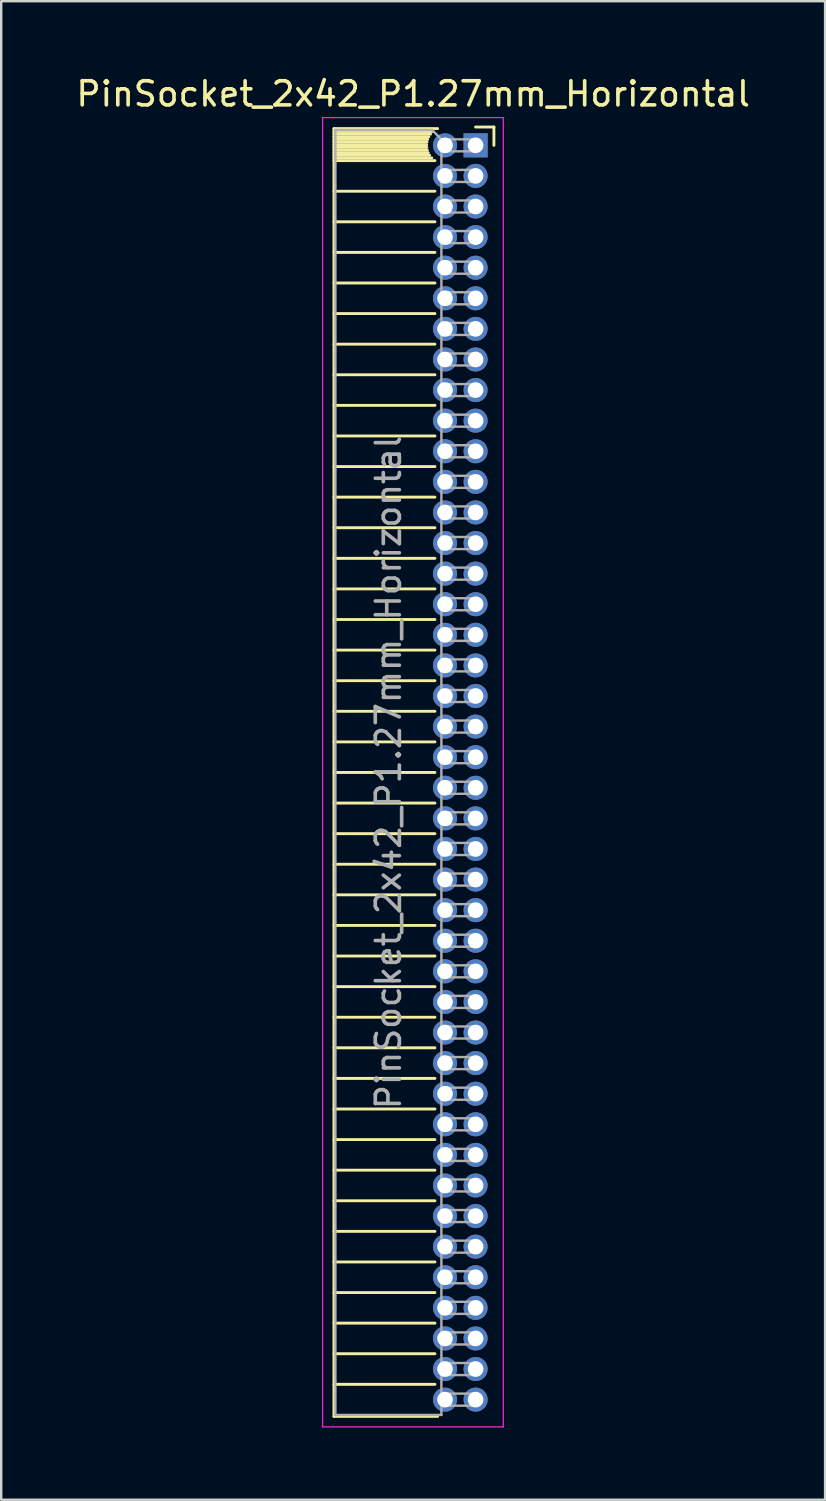
<source format=kicad_pcb>
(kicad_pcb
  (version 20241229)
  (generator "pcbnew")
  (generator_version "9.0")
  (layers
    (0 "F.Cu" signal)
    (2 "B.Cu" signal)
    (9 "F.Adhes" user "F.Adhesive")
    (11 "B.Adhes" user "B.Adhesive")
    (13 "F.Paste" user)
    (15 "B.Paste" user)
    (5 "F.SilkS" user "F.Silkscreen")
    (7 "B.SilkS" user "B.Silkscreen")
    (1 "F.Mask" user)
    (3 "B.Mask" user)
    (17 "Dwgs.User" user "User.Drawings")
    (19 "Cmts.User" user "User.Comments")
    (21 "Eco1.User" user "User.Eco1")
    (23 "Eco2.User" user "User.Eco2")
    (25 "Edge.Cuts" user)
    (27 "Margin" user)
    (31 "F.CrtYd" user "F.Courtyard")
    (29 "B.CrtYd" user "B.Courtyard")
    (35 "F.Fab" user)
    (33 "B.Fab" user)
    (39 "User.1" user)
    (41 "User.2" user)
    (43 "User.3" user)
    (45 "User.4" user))
  (footprint "PinSocket_2x42_P1.27mm_Horizontal"
    (layer "F.Cu")
    (at 16.694 2.983)
    (property "Reference" "PinSocket_2x42_P1.27mm_Horizontal" (at -2.592 -2.135 0) (layer "F.SilkS") (effects (font (size 1 1) (thickness 0.15))))
    (attr through_hole)
    (fp_line (start -5.88 -0.695) (end -5.88 52.765) (stroke (width 0.12) (type solid)) (layer "F.SilkS"))
    (fp_line (start -5.88 -0.695) (end -1.578 -0.695) (stroke (width 0.12) (type solid)) (layer "F.SilkS"))
    (fp_line (start -5.88 -0.575) (end -1.767 -0.575) (stroke (width 0.12) (type solid)) (layer "F.SilkS"))
    (fp_line (start -5.88 -0.465) (end -1.871 -0.465) (stroke (width 0.12) (type solid)) (layer "F.SilkS"))
    (fp_line (start -5.88 -0.355) (end -1.942 -0.355) (stroke (width 0.12) (type solid)) (layer "F.SilkS"))
    (fp_line (start -5.88 -0.245) (end -1.989 -0.245) (stroke (width 0.12) (type solid)) (layer "F.SilkS"))
    (fp_line (start -5.88 -0.135) (end -2.018 -0.135) (stroke (width 0.12) (type solid)) (layer "F.SilkS"))
    (fp_line (start -5.88 -0.025) (end -2.03 -0.025) (stroke (width 0.12) (type solid)) (layer "F.SilkS"))
    (fp_line (start -5.88 0.085) (end -2.025 0.085) (stroke (width 0.12) (type solid)) (layer "F.SilkS"))
    (fp_line (start -5.88 0.195) (end -2.005 0.195) (stroke (width 0.12) (type solid)) (layer "F.SilkS"))
    (fp_line (start -5.88 0.305) (end -1.966 0.305) (stroke (width 0.12) (type solid)) (layer "F.SilkS"))
    (fp_line (start -5.88 0.415) (end -1.907 0.415) (stroke (width 0.12) (type solid)) (layer "F.SilkS"))
    (fp_line (start -5.88 0.525) (end -1.82 0.525) (stroke (width 0.12) (type solid)) (layer "F.SilkS"))
    (fp_line (start -5.88 0.635) (end -1.688 0.635) (stroke (width 0.12) (type solid)) (layer "F.SilkS"))
    (fp_line (start -5.88 1.905) (end -1.688 1.905) (stroke (width 0.12) (type solid)) (layer "F.SilkS"))
    (fp_line (start -5.88 3.175) (end -1.688 3.175) (stroke (width 0.12) (type solid)) (layer "F.SilkS"))
    (fp_line (start -5.88 4.445) (end -1.688 4.445) (stroke (width 0.12) (type solid)) (layer "F.SilkS"))
    (fp_line (start -5.88 5.715) (end -1.688 5.715) (stroke (width 0.12) (type solid)) (layer "F.SilkS"))
    (fp_line (start -5.88 6.985) (end -1.688 6.985) (stroke (width 0.12) (type solid)) (layer "F.SilkS"))
    (fp_line (start -5.88 8.255) (end -1.688 8.255) (stroke (width 0.12) (type solid)) (layer "F.SilkS"))
    (fp_line (start -5.88 9.525) (end -1.688 9.525) (stroke (width 0.12) (type solid)) (layer "F.SilkS"))
    (fp_line (start -5.88 10.795) (end -1.688 10.795) (stroke (width 0.12) (type solid)) (layer "F.SilkS"))
    (fp_line (start -5.88 12.065) (end -1.688 12.065) (stroke (width 0.12) (type solid)) (layer "F.SilkS"))
    (fp_line (start -5.88 13.335) (end -1.688 13.335) (stroke (width 0.12) (type solid)) (layer "F.SilkS"))
    (fp_line (start -5.88 14.605) (end -1.688 14.605) (stroke (width 0.12) (type solid)) (layer "F.SilkS"))
    (fp_line (start -5.88 15.875) (end -1.688 15.875) (stroke (width 0.12) (type solid)) (layer "F.SilkS"))
    (fp_line (start -5.88 17.145) (end -1.688 17.145) (stroke (width 0.12) (type solid)) (layer "F.SilkS"))
    (fp_line (start -5.88 18.415) (end -1.688 18.415) (stroke (width 0.12) (type solid)) (layer "F.SilkS"))
    (fp_line (start -5.88 19.685) (end -1.688 19.685) (stroke (width 0.12) (type solid)) (layer "F.SilkS"))
    (fp_line (start -5.88 20.955) (end -1.688 20.955) (stroke (width 0.12) (type solid)) (layer "F.SilkS"))
    (fp_line (start -5.88 22.225) (end -1.688 22.225) (stroke (width 0.12) (type solid)) (layer "F.SilkS"))
    (fp_line (start -5.88 23.495) (end -1.688 23.495) (stroke (width 0.12) (type solid)) (layer "F.SilkS"))
    (fp_line (start -5.88 24.765) (end -1.688 24.765) (stroke (width 0.12) (type solid)) (layer "F.SilkS"))
    (fp_line (start -5.88 26.035) (end -1.688 26.035) (stroke (width 0.12) (type solid)) (layer "F.SilkS"))
    (fp_line (start -5.88 27.305) (end -1.688 27.305) (stroke (width 0.12) (type solid)) (layer "F.SilkS"))
    (fp_line (start -5.88 28.575) (end -1.688 28.575) (stroke (width 0.12) (type solid)) (layer "F.SilkS"))
    (fp_line (start -5.88 29.845) (end -1.688 29.845) (stroke (width 0.12) (type solid)) (layer "F.SilkS"))
    (fp_line (start -5.88 31.115) (end -1.688 31.115) (stroke (width 0.12) (type solid)) (layer "F.SilkS"))
    (fp_line (start -5.88 32.385) (end -1.688 32.385) (stroke (width 0.12) (type solid)) (layer "F.SilkS"))
    (fp_line (start -5.88 33.655) (end -1.688 33.655) (stroke (width 0.12) (type solid)) (layer "F.SilkS"))
    (fp_line (start -5.88 34.925) (end -1.688 34.925) (stroke (width 0.12) (type solid)) (layer "F.SilkS"))
    (fp_line (start -5.88 36.195) (end -1.688 36.195) (stroke (width 0.12) (type solid)) (layer "F.SilkS"))
    (fp_line (start -5.88 37.465) (end -1.688 37.465) (stroke (width 0.12) (type solid)) (layer "F.SilkS"))
    (fp_line (start -5.88 38.735) (end -1.688 38.735) (stroke (width 0.12) (type solid)) (layer "F.SilkS"))
    (fp_line (start -5.88 40.005) (end -1.688 40.005) (stroke (width 0.12) (type solid)) (layer "F.SilkS"))
    (fp_line (start -5.88 41.275) (end -1.688 41.275) (stroke (width 0.12) (type solid)) (layer "F.SilkS"))
    (fp_line (start -5.88 42.545) (end -1.688 42.545) (stroke (width 0.12) (type solid)) (layer "F.SilkS"))
    (fp_line (start -5.88 43.815) (end -1.688 43.815) (stroke (width 0.12) (type solid)) (layer "F.SilkS"))
    (fp_line (start -5.88 45.085) (end -1.688 45.085) (stroke (width 0.12) (type solid)) (layer "F.SilkS"))
    (fp_line (start -5.88 46.355) (end -1.688 46.355) (stroke (width 0.12) (type solid)) (layer "F.SilkS"))
    (fp_line (start -5.88 47.625) (end -1.688 47.625) (stroke (width 0.12) (type solid)) (layer "F.SilkS"))
    (fp_line (start -5.88 48.895) (end -1.688 48.895) (stroke (width 0.12) (type solid)) (layer "F.SilkS"))
    (fp_line (start -5.88 50.165) (end -1.688 50.165) (stroke (width 0.12) (type solid)) (layer "F.SilkS"))
    (fp_line (start -5.88 51.435) (end -1.688 51.435) (stroke (width 0.12) (type solid)) (layer "F.SilkS"))
    (fp_line (start -5.88 52.765) (end -1.578 52.765) (stroke (width 0.12) (type solid)) (layer "F.SilkS"))
    (fp_line (start 0 -0.76) (end 0.76 -0.76) (stroke (width 0.12) (type solid)) (layer "F.SilkS"))
    (fp_line (start 0.76 -0.76) (end 0.76 0) (stroke (width 0.12) (type solid)) (layer "F.SilkS"))
    (fp_line (start -6.35 -1.15) (end -6.35 53.2) (stroke (width 0.05) (type solid)) (layer "F.CrtYd"))
    (fp_line (start -6.35 53.2) (end 1.15 53.2) (stroke (width 0.05) (type solid)) (layer "F.CrtYd"))
    (fp_line (start 1.15 -1.15) (end -6.35 -1.15) (stroke (width 0.05) (type solid)) (layer "F.CrtYd"))
    (fp_line (start 1.15 53.2) (end 1.15 -1.15) (stroke (width 0.05) (type solid)) (layer "F.CrtYd"))
    (fp_line (start -5.82 -0.635) (end -1.805 -0.635) (stroke (width 0.1) (type solid)) (layer "F.Fab"))
    (fp_line (start -5.82 52.705) (end -5.82 -0.635) (stroke (width 0.1) (type solid)) (layer "F.Fab"))
    (fp_line (start -1.805 -0.635) (end -1.42 -0.25) (stroke (width 0.1) (type solid)) (layer "F.Fab"))
    (fp_line (start -1.42 -0.25) (end -1.42 52.705) (stroke (width 0.1) (type solid)) (layer "F.Fab"))
    (fp_line (start -1.42 0.25) (end 0 0.25) (stroke (width 0.1) (type solid)) (layer "F.Fab"))
    (fp_line (start -1.42 1.52) (end 0 1.52) (stroke (width 0.1) (type solid)) (layer "F.Fab"))
    (fp_line (start -1.42 2.79) (end 0 2.79) (stroke (width 0.1) (type solid)) (layer "F.Fab"))
    (fp_line (start -1.42 4.06) (end 0 4.06) (stroke (width 0.1) (type solid)) (layer "F.Fab"))
    (fp_line (start -1.42 5.33) (end 0 5.33) (stroke (width 0.1) (type solid)) (layer "F.Fab"))
    (fp_line (start -1.42 6.6) (end 0 6.6) (stroke (width 0.1) (type solid)) (layer "F.Fab"))
    (fp_line (start -1.42 7.87) (end 0 7.87) (stroke (width 0.1) (type solid)) (layer "F.Fab"))
    (fp_line (start -1.42 9.14) (end 0 9.14) (stroke (width 0.1) (type solid)) (layer "F.Fab"))
    (fp_line (start -1.42 10.41) (end 0 10.41) (stroke (width 0.1) (type solid)) (layer "F.Fab"))
    (fp_line (start -1.42 11.68) (end 0 11.68) (stroke (width 0.1) (type solid)) (layer "F.Fab"))
    (fp_line (start -1.42 12.95) (end 0 12.95) (stroke (width 0.1) (type solid)) (layer "F.Fab"))
    (fp_line (start -1.42 14.22) (end 0 14.22) (stroke (width 0.1) (type solid)) (layer "F.Fab"))
    (fp_line (start -1.42 15.49) (end 0 15.49) (stroke (width 0.1) (type solid)) (layer "F.Fab"))
    (fp_line (start -1.42 16.76) (end 0 16.76) (stroke (width 0.1) (type solid)) (layer "F.Fab"))
    (fp_line (start -1.42 18.03) (end 0 18.03) (stroke (width 0.1) (type solid)) (layer "F.Fab"))
    (fp_line (start -1.42 19.3) (end 0 19.3) (stroke (width 0.1) (type solid)) (layer "F.Fab"))
    (fp_line (start -1.42 20.57) (end 0 20.57) (stroke (width 0.1) (type solid)) (layer "F.Fab"))
    (fp_line (start -1.42 21.84) (end 0 21.84) (stroke (width 0.1) (type solid)) (layer "F.Fab"))
    (fp_line (start -1.42 23.11) (end 0 23.11) (stroke (width 0.1) (type solid)) (layer "F.Fab"))
    (fp_line (start -1.42 24.38) (end 0 24.38) (stroke (width 0.1) (type solid)) (layer "F.Fab"))
    (fp_line (start -1.42 25.65) (end 0 25.65) (stroke (width 0.1) (type solid)) (layer "F.Fab"))
    (fp_line (start -1.42 26.92) (end 0 26.92) (stroke (width 0.1) (type solid)) (layer "F.Fab"))
    (fp_line (start -1.42 28.19) (end 0 28.19) (stroke (width 0.1) (type solid)) (layer "F.Fab"))
    (fp_line (start -1.42 29.46) (end 0 29.46) (stroke (width 0.1) (type solid)) (layer "F.Fab"))
    (fp_line (start -1.42 30.73) (end 0 30.73) (stroke (width 0.1) (type solid)) (layer "F.Fab"))
    (fp_line (start -1.42 32) (end 0 32) (stroke (width 0.1) (type solid)) (layer "F.Fab"))
    (fp_line (start -1.42 33.27) (end 0 33.27) (stroke (width 0.1) (type solid)) (layer "F.Fab"))
    (fp_line (start -1.42 34.54) (end 0 34.54) (stroke (width 0.1) (type solid)) (layer "F.Fab"))
    (fp_line (start -1.42 35.81) (end 0 35.81) (stroke (width 0.1) (type solid)) (layer "F.Fab"))
    (fp_line (start -1.42 37.08) (end 0 37.08) (stroke (width 0.1) (type solid)) (layer "F.Fab"))
    (fp_line (start -1.42 38.35) (end 0 38.35) (stroke (width 0.1) (type solid)) (layer "F.Fab"))
    (fp_line (start -1.42 39.62) (end 0 39.62) (stroke (width 0.1) (type solid)) (layer "F.Fab"))
    (fp_line (start -1.42 40.89) (end 0 40.89) (stroke (width 0.1) (type solid)) (layer "F.Fab"))
    (fp_line (start -1.42 42.16) (end 0 42.16) (stroke (width 0.1) (type solid)) (layer "F.Fab"))
    (fp_line (start -1.42 43.43) (end 0 43.43) (stroke (width 0.1) (type solid)) (layer "F.Fab"))
    (fp_line (start -1.42 44.7) (end 0 44.7) (stroke (width 0.1) (type solid)) (layer "F.Fab"))
    (fp_line (start -1.42 45.97) (end 0 45.97) (stroke (width 0.1) (type solid)) (layer "F.Fab"))
    (fp_line (start -1.42 47.24) (end 0 47.24) (stroke (width 0.1) (type solid)) (layer "F.Fab"))
    (fp_line (start -1.42 48.51) (end 0 48.51) (stroke (width 0.1) (type solid)) (layer "F.Fab"))
    (fp_line (start -1.42 49.78) (end 0 49.78) (stroke (width 0.1) (type solid)) (layer "F.Fab"))
    (fp_line (start -1.42 51.05) (end 0 51.05) (stroke (width 0.1) (type solid)) (layer "F.Fab"))
    (fp_line (start -1.42 52.32) (end 0 52.32) (stroke (width 0.1) (type solid)) (layer "F.Fab"))
    (fp_line (start -1.42 52.705) (end -5.82 52.705) (stroke (width 0.1) (type solid)) (layer "F.Fab"))
    (fp_line (start 0 -0.25) (end -1.42 -0.25) (stroke (width 0.1) (type solid)) (layer "F.Fab"))
    (fp_line (start 0 0.25) (end 0 -0.25) (stroke (width 0.1) (type solid)) (layer "F.Fab"))
    (fp_line (start 0 1.02) (end -1.42 1.02) (stroke (width 0.1) (type solid)) (layer "F.Fab"))
    (fp_line (start 0 1.52) (end 0 1.02) (stroke (width 0.1) (type solid)) (layer "F.Fab"))
    (fp_line (start 0 2.29) (end -1.42 2.29) (stroke (width 0.1) (type solid)) (layer "F.Fab"))
    (fp_line (start 0 2.79) (end 0 2.29) (stroke (width 0.1) (type solid)) (layer "F.Fab"))
    (fp_line (start 0 3.56) (end -1.42 3.56) (stroke (width 0.1) (type solid)) (layer "F.Fab"))
    (fp_line (start 0 4.06) (end 0 3.56) (stroke (width 0.1) (type solid)) (layer "F.Fab"))
    (fp_line (start 0 4.83) (end -1.42 4.83) (stroke (width 0.1) (type solid)) (layer "F.Fab"))
    (fp_line (start 0 5.33) (end 0 4.83) (stroke (width 0.1) (type solid)) (layer "F.Fab"))
    (fp_line (start 0 6.1) (end -1.42 6.1) (stroke (width 0.1) (type solid)) (layer "F.Fab"))
    (fp_line (start 0 6.6) (end 0 6.1) (stroke (width 0.1) (type solid)) (layer "F.Fab"))
    (fp_line (start 0 7.37) (end -1.42 7.37) (stroke (width 0.1) (type solid)) (layer "F.Fab"))
    (fp_line (start 0 7.87) (end 0 7.37) (stroke (width 0.1) (type solid)) (layer "F.Fab"))
    (fp_line (start 0 8.64) (end -1.42 8.64) (stroke (width 0.1) (type solid)) (layer "F.Fab"))
    (fp_line (start 0 9.14) (end 0 8.64) (stroke (width 0.1) (type solid)) (layer "F.Fab"))
    (fp_line (start 0 9.91) (end -1.42 9.91) (stroke (width 0.1) (type solid)) (layer "F.Fab"))
    (fp_line (start 0 10.41) (end 0 9.91) (stroke (width 0.1) (type solid)) (layer "F.Fab"))
    (fp_line (start 0 11.18) (end -1.42 11.18) (stroke (width 0.1) (type solid)) (layer "F.Fab"))
    (fp_line (start 0 11.68) (end 0 11.18) (stroke (width 0.1) (type solid)) (layer "F.Fab"))
    (fp_line (start 0 12.45) (end -1.42 12.45) (stroke (width 0.1) (type solid)) (layer "F.Fab"))
    (fp_line (start 0 12.95) (end 0 12.45) (stroke (width 0.1) (type solid)) (layer "F.Fab"))
    (fp_line (start 0 13.72) (end -1.42 13.72) (stroke (width 0.1) (type solid)) (layer "F.Fab"))
    (fp_line (start 0 14.22) (end 0 13.72) (stroke (width 0.1) (type solid)) (layer "F.Fab"))
    (fp_line (start 0 14.99) (end -1.42 14.99) (stroke (width 0.1) (type solid)) (layer "F.Fab"))
    (fp_line (start 0 15.49) (end 0 14.99) (stroke (width 0.1) (type solid)) (layer "F.Fab"))
    (fp_line (start 0 16.26) (end -1.42 16.26) (stroke (width 0.1) (type solid)) (layer "F.Fab"))
    (fp_line (start 0 16.76) (end 0 16.26) (stroke (width 0.1) (type solid)) (layer "F.Fab"))
    (fp_line (start 0 17.53) (end -1.42 17.53) (stroke (width 0.1) (type solid)) (layer "F.Fab"))
    (fp_line (start 0 18.03) (end 0 17.53) (stroke (width 0.1) (type solid)) (layer "F.Fab"))
    (fp_line (start 0 18.8) (end -1.42 18.8) (stroke (width 0.1) (type solid)) (layer "F.Fab"))
    (fp_line (start 0 19.3) (end 0 18.8) (stroke (width 0.1) (type solid)) (layer "F.Fab"))
    (fp_line (start 0 20.07) (end -1.42 20.07) (stroke (width 0.1) (type solid)) (layer "F.Fab"))
    (fp_line (start 0 20.57) (end 0 20.07) (stroke (width 0.1) (type solid)) (layer "F.Fab"))
    (fp_line (start 0 21.34) (end -1.42 21.34) (stroke (width 0.1) (type solid)) (layer "F.Fab"))
    (fp_line (start 0 21.84) (end 0 21.34) (stroke (width 0.1) (type solid)) (layer "F.Fab"))
    (fp_line (start 0 22.61) (end -1.42 22.61) (stroke (width 0.1) (type solid)) (layer "F.Fab"))
    (fp_line (start 0 23.11) (end 0 22.61) (stroke (width 0.1) (type solid)) (layer "F.Fab"))
    (fp_line (start 0 23.88) (end -1.42 23.88) (stroke (width 0.1) (type solid)) (layer "F.Fab"))
    (fp_line (start 0 24.38) (end 0 23.88) (stroke (width 0.1) (type solid)) (layer "F.Fab"))
    (fp_line (start 0 25.15) (end -1.42 25.15) (stroke (width 0.1) (type solid)) (layer "F.Fab"))
    (fp_line (start 0 25.65) (end 0 25.15) (stroke (width 0.1) (type solid)) (layer "F.Fab"))
    (fp_line (start 0 26.42) (end -1.42 26.42) (stroke (width 0.1) (type solid)) (layer "F.Fab"))
    (fp_line (start 0 26.92) (end 0 26.42) (stroke (width 0.1) (type solid)) (layer "F.Fab"))
    (fp_line (start 0 27.69) (end -1.42 27.69) (stroke (width 0.1) (type solid)) (layer "F.Fab"))
    (fp_line (start 0 28.19) (end 0 27.69) (stroke (width 0.1) (type solid)) (layer "F.Fab"))
    (fp_line (start 0 28.96) (end -1.42 28.96) (stroke (width 0.1) (type solid)) (layer "F.Fab"))
    (fp_line (start 0 29.46) (end 0 28.96) (stroke (width 0.1) (type solid)) (layer "F.Fab"))
    (fp_line (start 0 30.23) (end -1.42 30.23) (stroke (width 0.1) (type solid)) (layer "F.Fab"))
    (fp_line (start 0 30.73) (end 0 30.23) (stroke (width 0.1) (type solid)) (layer "F.Fab"))
    (fp_line (start 0 31.5) (end -1.42 31.5) (stroke (width 0.1) (type solid)) (layer "F.Fab"))
    (fp_line (start 0 32) (end 0 31.5) (stroke (width 0.1) (type solid)) (layer "F.Fab"))
    (fp_line (start 0 32.77) (end -1.42 32.77) (stroke (width 0.1) (type solid)) (layer "F.Fab"))
    (fp_line (start 0 33.27) (end 0 32.77) (stroke (width 0.1) (type solid)) (layer "F.Fab"))
    (fp_line (start 0 34.04) (end -1.42 34.04) (stroke (width 0.1) (type solid)) (layer "F.Fab"))
    (fp_line (start 0 34.54) (end 0 34.04) (stroke (width 0.1) (type solid)) (layer "F.Fab"))
    (fp_line (start 0 35.31) (end -1.42 35.31) (stroke (width 0.1) (type solid)) (layer "F.Fab"))
    (fp_line (start 0 35.81) (end 0 35.31) (stroke (width 0.1) (type solid)) (layer "F.Fab"))
    (fp_line (start 0 36.58) (end -1.42 36.58) (stroke (width 0.1) (type solid)) (layer "F.Fab"))
    (fp_line (start 0 37.08) (end 0 36.58) (stroke (width 0.1) (type solid)) (layer "F.Fab"))
    (fp_line (start 0 37.85) (end -1.42 37.85) (stroke (width 0.1) (type solid)) (layer "F.Fab"))
    (fp_line (start 0 38.35) (end 0 37.85) (stroke (width 0.1) (type solid)) (layer "F.Fab"))
    (fp_line (start 0 39.12) (end -1.42 39.12) (stroke (width 0.1) (type solid)) (layer "F.Fab"))
    (fp_line (start 0 39.62) (end 0 39.12) (stroke (width 0.1) (type solid)) (layer "F.Fab"))
    (fp_line (start 0 40.39) (end -1.42 40.39) (stroke (width 0.1) (type solid)) (layer "F.Fab"))
    (fp_line (start 0 40.89) (end 0 40.39) (stroke (width 0.1) (type solid)) (layer "F.Fab"))
    (fp_line (start 0 41.66) (end -1.42 41.66) (stroke (width 0.1) (type solid)) (layer "F.Fab"))
    (fp_line (start 0 42.16) (end 0 41.66) (stroke (width 0.1) (type solid)) (layer "F.Fab"))
    (fp_line (start 0 42.93) (end -1.42 42.93) (stroke (width 0.1) (type solid)) (layer "F.Fab"))
    (fp_line (start 0 43.43) (end 0 42.93) (stroke (width 0.1) (type solid)) (layer "F.Fab"))
    (fp_line (start 0 44.2) (end -1.42 44.2) (stroke (width 0.1) (type solid)) (layer "F.Fab"))
    (fp_line (start 0 44.7) (end 0 44.2) (stroke (width 0.1) (type solid)) (layer "F.Fab"))
    (fp_line (start 0 45.47) (end -1.42 45.47) (stroke (width 0.1) (type solid)) (layer "F.Fab"))
    (fp_line (start 0 45.97) (end 0 45.47) (stroke (width 0.1) (type solid)) (layer "F.Fab"))
    (fp_line (start 0 46.74) (end -1.42 46.74) (stroke (width 0.1) (type solid)) (layer "F.Fab"))
    (fp_line (start 0 47.24) (end 0 46.74) (stroke (width 0.1) (type solid)) (layer "F.Fab"))
    (fp_line (start 0 48.01) (end -1.42 48.01) (stroke (width 0.1) (type solid)) (layer "F.Fab"))
    (fp_line (start 0 48.51) (end 0 48.01) (stroke (width 0.1) (type solid)) (layer "F.Fab"))
    (fp_line (start 0 49.28) (end -1.42 49.28) (stroke (width 0.1) (type solid)) (layer "F.Fab"))
    (fp_line (start 0 49.78) (end 0 49.28) (stroke (width 0.1) (type solid)) (layer "F.Fab"))
    (fp_line (start 0 50.55) (end -1.42 50.55) (stroke (width 0.1) (type solid)) (layer "F.Fab"))
    (fp_line (start 0 51.05) (end 0 50.55) (stroke (width 0.1) (type solid)) (layer "F.Fab"))
    (fp_line (start 0 51.82) (end -1.42 51.82) (stroke (width 0.1) (type solid)) (layer "F.Fab"))
    (fp_line (start 0 52.32) (end 0 51.82) (stroke (width 0.1) (type solid)) (layer "F.Fab"))
    (fp_text user "${REFERENCE}" (at -3.62 26.035 90) (layer "F.Fab") (effects (font (size 1 1) (thickness 0.15))))
    (pad "1" thru_hole rect (at 0 0) (size 1 1) (drill 0.65) (layers "*.Cu" "*.Mask"))
    (pad "2" thru_hole oval (at -1.27 0) (size 1 1) (drill 0.65) (layers "*.Cu" "*.Mask"))
    (pad "3" thru_hole oval (at 0 1.27) (size 1 1) (drill 0.65) (layers "*.Cu" "*.Mask"))
    (pad "4" thru_hole oval (at -1.27 1.27) (size 1 1) (drill 0.65) (layers "*.Cu" "*.Mask"))
    (pad "5" thru_hole oval (at 0 2.54) (size 1 1) (drill 0.65) (layers "*.Cu" "*.Mask"))
    (pad "6" thru_hole oval (at -1.27 2.54) (size 1 1) (drill 0.65) (layers "*.Cu" "*.Mask"))
    (pad "7" thru_hole oval (at 0 3.81) (size 1 1) (drill 0.65) (layers "*.Cu" "*.Mask"))
    (pad "8" thru_hole oval (at -1.27 3.81) (size 1 1) (drill 0.65) (layers "*.Cu" "*.Mask"))
    (pad "9" thru_hole oval (at 0 5.08) (size 1 1) (drill 0.65) (layers "*.Cu" "*.Mask"))
    (pad "10" thru_hole oval (at -1.27 5.08) (size 1 1) (drill 0.65) (layers "*.Cu" "*.Mask"))
    (pad "11" thru_hole oval (at 0 6.35) (size 1 1) (drill 0.65) (layers "*.Cu" "*.Mask"))
    (pad "12" thru_hole oval (at -1.27 6.35) (size 1 1) (drill 0.65) (layers "*.Cu" "*.Mask"))
    (pad "13" thru_hole oval (at 0 7.62) (size 1 1) (drill 0.65) (layers "*.Cu" "*.Mask"))
    (pad "14" thru_hole oval (at -1.27 7.62) (size 1 1) (drill 0.65) (layers "*.Cu" "*.Mask"))
    (pad "15" thru_hole oval (at 0 8.89) (size 1 1) (drill 0.65) (layers "*.Cu" "*.Mask"))
    (pad "16" thru_hole oval (at -1.27 8.89) (size 1 1) (drill 0.65) (layers "*.Cu" "*.Mask"))
    (pad "17" thru_hole oval (at 0 10.16) (size 1 1) (drill 0.65) (layers "*.Cu" "*.Mask"))
    (pad "18" thru_hole oval (at -1.27 10.16) (size 1 1) (drill 0.65) (layers "*.Cu" "*.Mask"))
    (pad "19" thru_hole oval (at 0 11.43) (size 1 1) (drill 0.65) (layers "*.Cu" "*.Mask"))
    (pad "20" thru_hole oval (at -1.27 11.43) (size 1 1) (drill 0.65) (layers "*.Cu" "*.Mask"))
    (pad "21" thru_hole oval (at 0 12.7) (size 1 1) (drill 0.65) (layers "*.Cu" "*.Mask"))
    (pad "22" thru_hole oval (at -1.27 12.7) (size 1 1) (drill 0.65) (layers "*.Cu" "*.Mask"))
    (pad "23" thru_hole oval (at 0 13.97) (size 1 1) (drill 0.65) (layers "*.Cu" "*.Mask"))
    (pad "24" thru_hole oval (at -1.27 13.97) (size 1 1) (drill 0.65) (layers "*.Cu" "*.Mask"))
    (pad "25" thru_hole oval (at 0 15.24) (size 1 1) (drill 0.65) (layers "*.Cu" "*.Mask"))
    (pad "26" thru_hole oval (at -1.27 15.24) (size 1 1) (drill 0.65) (layers "*.Cu" "*.Mask"))
    (pad "27" thru_hole oval (at 0 16.51) (size 1 1) (drill 0.65) (layers "*.Cu" "*.Mask"))
    (pad "28" thru_hole oval (at -1.27 16.51) (size 1 1) (drill 0.65) (layers "*.Cu" "*.Mask"))
    (pad "29" thru_hole oval (at 0 17.78) (size 1 1) (drill 0.65) (layers "*.Cu" "*.Mask"))
    (pad "30" thru_hole oval (at -1.27 17.78) (size 1 1) (drill 0.65) (layers "*.Cu" "*.Mask"))
    (pad "31" thru_hole oval (at 0 19.05) (size 1 1) (drill 0.65) (layers "*.Cu" "*.Mask"))
    (pad "32" thru_hole oval (at -1.27 19.05) (size 1 1) (drill 0.65) (layers "*.Cu" "*.Mask"))
    (pad "33" thru_hole oval (at 0 20.32) (size 1 1) (drill 0.65) (layers "*.Cu" "*.Mask"))
    (pad "34" thru_hole oval (at -1.27 20.32) (size 1 1) (drill 0.65) (layers "*.Cu" "*.Mask"))
    (pad "35" thru_hole oval (at 0 21.59) (size 1 1) (drill 0.65) (layers "*.Cu" "*.Mask"))
    (pad "36" thru_hole oval (at -1.27 21.59) (size 1 1) (drill 0.65) (layers "*.Cu" "*.Mask"))
    (pad "37" thru_hole oval (at 0 22.86) (size 1 1) (drill 0.65) (layers "*.Cu" "*.Mask"))
    (pad "38" thru_hole oval (at -1.27 22.86) (size 1 1) (drill 0.65) (layers "*.Cu" "*.Mask"))
    (pad "39" thru_hole oval (at 0 24.13) (size 1 1) (drill 0.65) (layers "*.Cu" "*.Mask"))
    (pad "40" thru_hole oval (at -1.27 24.13) (size 1 1) (drill 0.65) (layers "*.Cu" "*.Mask"))
    (pad "41" thru_hole oval (at 0 25.4) (size 1 1) (drill 0.65) (layers "*.Cu" "*.Mask"))
    (pad "42" thru_hole oval (at -1.27 25.4) (size 1 1) (drill 0.65) (layers "*.Cu" "*.Mask"))
    (pad "43" thru_hole oval (at 0 26.67) (size 1 1) (drill 0.65) (layers "*.Cu" "*.Mask"))
    (pad "44" thru_hole oval (at -1.27 26.67) (size 1 1) (drill 0.65) (layers "*.Cu" "*.Mask"))
    (pad "45" thru_hole oval (at 0 27.94) (size 1 1) (drill 0.65) (layers "*.Cu" "*.Mask"))
    (pad "46" thru_hole oval (at -1.27 27.94) (size 1 1) (drill 0.65) (layers "*.Cu" "*.Mask"))
    (pad "47" thru_hole oval (at 0 29.21) (size 1 1) (drill 0.65) (layers "*.Cu" "*.Mask"))
    (pad "48" thru_hole oval (at -1.27 29.21) (size 1 1) (drill 0.65) (layers "*.Cu" "*.Mask"))
    (pad "49" thru_hole oval (at 0 30.48) (size 1 1) (drill 0.65) (layers "*.Cu" "*.Mask"))
    (pad "50" thru_hole oval (at -1.27 30.48) (size 1 1) (drill 0.65) (layers "*.Cu" "*.Mask"))
    (pad "51" thru_hole oval (at 0 31.75) (size 1 1) (drill 0.65) (layers "*.Cu" "*.Mask"))
    (pad "52" thru_hole oval (at -1.27 31.75) (size 1 1) (drill 0.65) (layers "*.Cu" "*.Mask"))
    (pad "53" thru_hole oval (at 0 33.02) (size 1 1) (drill 0.65) (layers "*.Cu" "*.Mask"))
    (pad "54" thru_hole oval (at -1.27 33.02) (size 1 1) (drill 0.65) (layers "*.Cu" "*.Mask"))
    (pad "55" thru_hole oval (at 0 34.29) (size 1 1) (drill 0.65) (layers "*.Cu" "*.Mask"))
    (pad "56" thru_hole oval (at -1.27 34.29) (size 1 1) (drill 0.65) (layers "*.Cu" "*.Mask"))
    (pad "57" thru_hole oval (at 0 35.56) (size 1 1) (drill 0.65) (layers "*.Cu" "*.Mask"))
    (pad "58" thru_hole oval (at -1.27 35.56) (size 1 1) (drill 0.65) (layers "*.Cu" "*.Mask"))
    (pad "59" thru_hole oval (at 0 36.83) (size 1 1) (drill 0.65) (layers "*.Cu" "*.Mask"))
    (pad "60" thru_hole oval (at -1.27 36.83) (size 1 1) (drill 0.65) (layers "*.Cu" "*.Mask"))
    (pad "61" thru_hole oval (at 0 38.1) (size 1 1) (drill 0.65) (layers "*.Cu" "*.Mask"))
    (pad "62" thru_hole oval (at -1.27 38.1) (size 1 1) (drill 0.65) (layers "*.Cu" "*.Mask"))
    (pad "63" thru_hole oval (at 0 39.37) (size 1 1) (drill 0.65) (layers "*.Cu" "*.Mask"))
    (pad "64" thru_hole oval (at -1.27 39.37) (size 1 1) (drill 0.65) (layers "*.Cu" "*.Mask"))
    (pad "65" thru_hole oval (at 0 40.64) (size 1 1) (drill 0.65) (layers "*.Cu" "*.Mask"))
    (pad "66" thru_hole oval (at -1.27 40.64) (size 1 1) (drill 0.65) (layers "*.Cu" "*.Mask"))
    (pad "67" thru_hole oval (at 0 41.91) (size 1 1) (drill 0.65) (layers "*.Cu" "*.Mask"))
    (pad "68" thru_hole oval (at -1.27 41.91) (size 1 1) (drill 0.65) (layers "*.Cu" "*.Mask"))
    (pad "69" thru_hole oval (at 0 43.18) (size 1 1) (drill 0.65) (layers "*.Cu" "*.Mask"))
    (pad "70" thru_hole oval (at -1.27 43.18) (size 1 1) (drill 0.65) (layers "*.Cu" "*.Mask"))
    (pad "71" thru_hole oval (at 0 44.45) (size 1 1) (drill 0.65) (layers "*.Cu" "*.Mask"))
    (pad "72" thru_hole oval (at -1.27 44.45) (size 1 1) (drill 0.65) (layers "*.Cu" "*.Mask"))
    (pad "73" thru_hole oval (at 0 45.72) (size 1 1) (drill 0.65) (layers "*.Cu" "*.Mask"))
    (pad "74" thru_hole oval (at -1.27 45.72) (size 1 1) (drill 0.65) (layers "*.Cu" "*.Mask"))
    (pad "75" thru_hole oval (at 0 46.99) (size 1 1) (drill 0.65) (layers "*.Cu" "*.Mask"))
    (pad "76" thru_hole oval (at -1.27 46.99) (size 1 1) (drill 0.65) (layers "*.Cu" "*.Mask"))
    (pad "77" thru_hole oval (at 0 48.26) (size 1 1) (drill 0.65) (layers "*.Cu" "*.Mask"))
    (pad "78" thru_hole oval (at -1.27 48.26) (size 1 1) (drill 0.65) (layers "*.Cu" "*.Mask"))
    (pad "79" thru_hole oval (at 0 49.53) (size 1 1) (drill 0.65) (layers "*.Cu" "*.Mask"))
    (pad "80" thru_hole oval (at -1.27 49.53) (size 1 1) (drill 0.65) (layers "*.Cu" "*.Mask"))
    (pad "81" thru_hole oval (at 0 50.8) (size 1 1) (drill 0.65) (layers "*.Cu" "*.Mask"))
    (pad "82" thru_hole oval (at -1.27 50.8) (size 1 1) (drill 0.65) (layers "*.Cu" "*.Mask"))
    (pad "83" thru_hole oval (at 0 52.07) (size 1 1) (drill 0.65) (layers "*.Cu" "*.Mask"))
    (pad "84" thru_hole oval (at -1.27 52.07) (size 1 1) (drill 0.65) (layers "*.Cu" "*.Mask")))
  (gr_rect
    (start -3 -3)
    (end 31.202 59.208)
    (stroke (width 0.1) (type default))
    (fill no)
    (layer "Edge.Cuts")))
</source>
